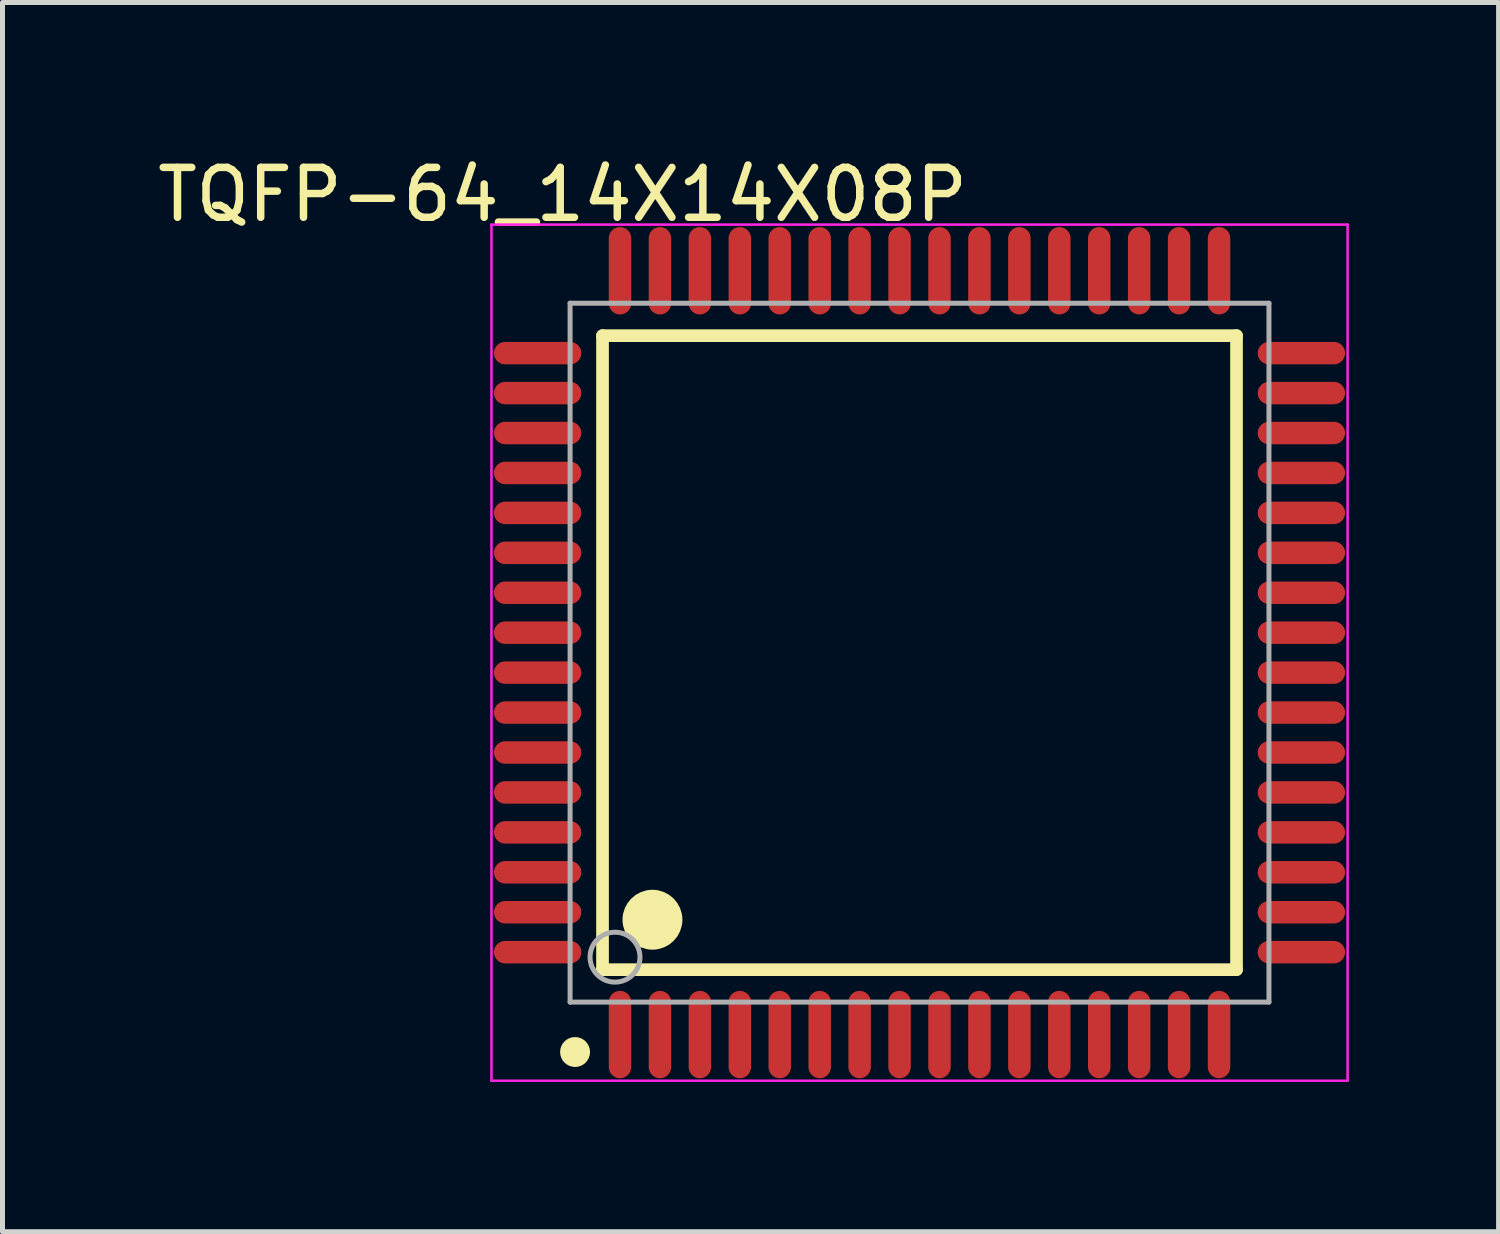
<source format=kicad_pcb>
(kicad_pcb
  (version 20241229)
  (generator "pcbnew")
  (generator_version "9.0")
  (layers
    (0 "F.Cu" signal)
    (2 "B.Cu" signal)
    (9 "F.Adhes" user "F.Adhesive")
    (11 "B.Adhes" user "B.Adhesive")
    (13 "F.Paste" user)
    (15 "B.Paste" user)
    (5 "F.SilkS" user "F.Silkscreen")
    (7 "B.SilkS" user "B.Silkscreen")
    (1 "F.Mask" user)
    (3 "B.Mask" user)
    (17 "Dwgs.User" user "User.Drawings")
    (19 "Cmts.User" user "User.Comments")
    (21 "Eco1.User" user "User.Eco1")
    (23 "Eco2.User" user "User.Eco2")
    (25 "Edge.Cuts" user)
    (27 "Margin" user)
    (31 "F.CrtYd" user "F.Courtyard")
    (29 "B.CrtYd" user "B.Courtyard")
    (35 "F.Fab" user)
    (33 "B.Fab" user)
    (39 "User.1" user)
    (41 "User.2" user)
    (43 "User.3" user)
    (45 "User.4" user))
  (footprint "TQFP-64_14X14X08P"
    (layer "F.Cu")
    (at 15.37 10.024)
    (property "Reference" "TQFP-64_14X14X08P" (at -7.15 -9.176 0) (layer "F.SilkS") (effects (font (size 1 1) (thickness 0.15))))
    (attr through_hole)
    (fp_line (start -6.35 -6.35) (end 6.35 -6.35) (stroke (width 0.254) (type solid)) (layer "F.SilkS"))
    (fp_line (start -6.35 6.35) (end -6.35 -6.35) (stroke (width 0.254) (type solid)) (layer "F.SilkS"))
    (fp_line (start -6.35 6.35) (end 6.35 6.35) (stroke (width 0.254) (type solid)) (layer "F.SilkS"))
    (fp_line (start 6.35 6.35) (end 6.35 -6.35) (stroke (width 0.254) (type solid)) (layer "F.SilkS"))
    (fp_circle (center -6.9 8) (end -6.75 8) (stroke (width 0.3) (type solid)) (fill no) (layer "F.SilkS"))
    (fp_circle (center -5.35 5.35) (end -5.05 5.35) (stroke (width 0.6) (type solid)) (fill no) (layer "F.SilkS"))
    (fp_line (start -8.575 -8.575) (end 8.575 -8.575) (stroke (width 0.05) (type solid)) (layer "F.CrtYd"))
    (fp_line (start -8.575 8.575) (end -8.575 -8.575) (stroke (width 0.05) (type solid)) (layer "F.CrtYd"))
    (fp_line (start 8.575 -8.575) (end 8.575 8.575) (stroke (width 0.05) (type solid)) (layer "F.CrtYd"))
    (fp_line (start 8.575 8.575) (end -8.575 8.575) (stroke (width 0.05) (type solid)) (layer "F.CrtYd"))
    (fp_line (start -7 -7) (end 7 -7) (stroke (width 0.1) (type solid)) (layer "F.Fab"))
    (fp_line (start -7 7) (end -7 -7) (stroke (width 0.1) (type solid)) (layer "F.Fab"))
    (fp_line (start -7 7) (end 7 7) (stroke (width 0.1) (type solid)) (layer "F.Fab"))
    (fp_line (start 7 7) (end 7 -7) (stroke (width 0.1) (type solid)) (layer "F.Fab"))
    (fp_circle (center -6.1 6.1) (end -5.6 6.1) (stroke (width 0.1) (type solid)) (fill no) (layer "F.Fab"))
    (pad "1" smd oval (at -6 7.65 180) (size 0.45 1.75) (layers "F.Cu" "F.Mask" "F.Paste"))
    (pad "2" smd oval (at -5.2 7.65 180) (size 0.45 1.75) (layers "F.Cu" "F.Mask" "F.Paste"))
    (pad "3" smd oval (at -4.4 7.65 180) (size 0.45 1.75) (layers "F.Cu" "F.Mask" "F.Paste"))
    (pad "4" smd oval (at -3.6 7.65 180) (size 0.45 1.75) (layers "F.Cu" "F.Mask" "F.Paste"))
    (pad "5" smd oval (at -2.8 7.65 180) (size 0.45 1.75) (layers "F.Cu" "F.Mask" "F.Paste"))
    (pad "6" smd oval (at -2 7.65 180) (size 0.45 1.75) (layers "F.Cu" "F.Mask" "F.Paste"))
    (pad "7" smd oval (at -1.2 7.65 180) (size 0.45 1.75) (layers "F.Cu" "F.Mask" "F.Paste"))
    (pad "8" smd oval (at -0.4 7.65 180) (size 0.45 1.75) (layers "F.Cu" "F.Mask" "F.Paste"))
    (pad "9" smd oval (at 0.4 7.65 180) (size 0.45 1.75) (layers "F.Cu" "F.Mask" "F.Paste"))
    (pad "10" smd oval (at 1.2 7.65 180) (size 0.45 1.75) (layers "F.Cu" "F.Mask" "F.Paste"))
    (pad "11" smd oval (at 2 7.65 180) (size 0.45 1.75) (layers "F.Cu" "F.Mask" "F.Paste"))
    (pad "12" smd oval (at 2.8 7.65 180) (size 0.45 1.75) (layers "F.Cu" "F.Mask" "F.Paste"))
    (pad "13" smd oval (at 3.6 7.65 180) (size 0.45 1.75) (layers "F.Cu" "F.Mask" "F.Paste"))
    (pad "14" smd oval (at 4.4 7.65 180) (size 0.45 1.75) (layers "F.Cu" "F.Mask" "F.Paste"))
    (pad "15" smd oval (at 5.2 7.65 180) (size 0.45 1.75) (layers "F.Cu" "F.Mask" "F.Paste"))
    (pad "16" smd oval (at 6 7.65 180) (size 0.45 1.75) (layers "F.Cu" "F.Mask" "F.Paste"))
    (pad "17" smd oval (at 7.65 6 90) (size 0.45 1.75) (layers "F.Cu" "F.Mask" "F.Paste"))
    (pad "18" smd oval (at 7.65 5.2 90) (size 0.45 1.75) (layers "F.Cu" "F.Mask" "F.Paste"))
    (pad "19" smd oval (at 7.65 4.4 90) (size 0.45 1.75) (layers "F.Cu" "F.Mask" "F.Paste"))
    (pad "20" smd oval (at 7.65 3.6 90) (size 0.45 1.75) (layers "F.Cu" "F.Mask" "F.Paste"))
    (pad "21" smd oval (at 7.65 2.8 90) (size 0.45 1.75) (layers "F.Cu" "F.Mask" "F.Paste"))
    (pad "22" smd oval (at 7.65 2 90) (size 0.45 1.75) (layers "F.Cu" "F.Mask" "F.Paste"))
    (pad "23" smd oval (at 7.65 1.2 90) (size 0.45 1.75) (layers "F.Cu" "F.Mask" "F.Paste"))
    (pad "24" smd oval (at 7.65 0.4 90) (size 0.45 1.75) (layers "F.Cu" "F.Mask" "F.Paste"))
    (pad "25" smd oval (at 7.65 -0.4 90) (size 0.45 1.75) (layers "F.Cu" "F.Mask" "F.Paste"))
    (pad "26" smd oval (at 7.65 -1.2 90) (size 0.45 1.75) (layers "F.Cu" "F.Mask" "F.Paste"))
    (pad "27" smd oval (at 7.65 -2 90) (size 0.45 1.75) (layers "F.Cu" "F.Mask" "F.Paste"))
    (pad "28" smd oval (at 7.65 -2.8 90) (size 0.45 1.75) (layers "F.Cu" "F.Mask" "F.Paste"))
    (pad "29" smd oval (at 7.65 -3.6 90) (size 0.45 1.75) (layers "F.Cu" "F.Mask" "F.Paste"))
    (pad "30" smd oval (at 7.65 -4.4 90) (size 0.45 1.75) (layers "F.Cu" "F.Mask" "F.Paste"))
    (pad "31" smd oval (at 7.65 -5.2 90) (size 0.45 1.75) (layers "F.Cu" "F.Mask" "F.Paste"))
    (pad "32" smd oval (at 7.65 -6 90) (size 0.45 1.75) (layers "F.Cu" "F.Mask" "F.Paste"))
    (pad "33" smd oval (at 6 -7.65 180) (size 0.45 1.75) (layers "F.Cu" "F.Mask" "F.Paste"))
    (pad "34" smd oval (at 5.2 -7.65 180) (size 0.45 1.75) (layers "F.Cu" "F.Mask" "F.Paste"))
    (pad "35" smd oval (at 4.4 -7.65 180) (size 0.45 1.75) (layers "F.Cu" "F.Mask" "F.Paste"))
    (pad "36" smd oval (at 3.6 -7.65 180) (size 0.45 1.75) (layers "F.Cu" "F.Mask" "F.Paste"))
    (pad "37" smd oval (at 2.8 -7.65 180) (size 0.45 1.75) (layers "F.Cu" "F.Mask" "F.Paste"))
    (pad "38" smd oval (at 2 -7.65 180) (size 0.45 1.75) (layers "F.Cu" "F.Mask" "F.Paste"))
    (pad "39" smd oval (at 1.2 -7.65 180) (size 0.45 1.75) (layers "F.Cu" "F.Mask" "F.Paste"))
    (pad "40" smd oval (at 0.4 -7.65 180) (size 0.45 1.75) (layers "F.Cu" "F.Mask" "F.Paste"))
    (pad "41" smd oval (at -0.4 -7.65 180) (size 0.45 1.75) (layers "F.Cu" "F.Mask" "F.Paste"))
    (pad "42" smd oval (at -1.2 -7.65 180) (size 0.45 1.75) (layers "F.Cu" "F.Mask" "F.Paste"))
    (pad "43" smd oval (at -2 -7.65 180) (size 0.45 1.75) (layers "F.Cu" "F.Mask" "F.Paste"))
    (pad "44" smd oval (at -2.8 -7.65 180) (size 0.45 1.75) (layers "F.Cu" "F.Mask" "F.Paste"))
    (pad "45" smd oval (at -3.6 -7.65 180) (size 0.45 1.75) (layers "F.Cu" "F.Mask" "F.Paste"))
    (pad "46" smd oval (at -4.4 -7.65 180) (size 0.45 1.75) (layers "F.Cu" "F.Mask" "F.Paste"))
    (pad "47" smd oval (at -5.2 -7.65 180) (size 0.45 1.75) (layers "F.Cu" "F.Mask" "F.Paste"))
    (pad "48" smd oval (at -6 -7.65 180) (size 0.45 1.75) (layers "F.Cu" "F.Mask" "F.Paste"))
    (pad "49" smd oval (at -7.65 -6 90) (size 0.45 1.75) (layers "F.Cu" "F.Mask" "F.Paste"))
    (pad "50" smd oval (at -7.65 -5.2 90) (size 0.45 1.75) (layers "F.Cu" "F.Mask" "F.Paste"))
    (pad "51" smd oval (at -7.65 -4.4 90) (size 0.45 1.75) (layers "F.Cu" "F.Mask" "F.Paste"))
    (pad "52" smd oval (at -7.65 -3.6 90) (size 0.45 1.75) (layers "F.Cu" "F.Mask" "F.Paste"))
    (pad "53" smd oval (at -7.65 -2.8 90) (size 0.45 1.75) (layers "F.Cu" "F.Mask" "F.Paste"))
    (pad "54" smd oval (at -7.65 -2 90) (size 0.45 1.75) (layers "F.Cu" "F.Mask" "F.Paste"))
    (pad "55" smd oval (at -7.65 -1.2 90) (size 0.45 1.75) (layers "F.Cu" "F.Mask" "F.Paste"))
    (pad "56" smd oval (at -7.65 -0.4 90) (size 0.45 1.75) (layers "F.Cu" "F.Mask" "F.Paste"))
    (pad "57" smd oval (at -7.65 0.4 90) (size 0.45 1.75) (layers "F.Cu" "F.Mask" "F.Paste"))
    (pad "58" smd oval (at -7.65 1.2 90) (size 0.45 1.75) (layers "F.Cu" "F.Mask" "F.Paste"))
    (pad "59" smd oval (at -7.65 2 90) (size 0.45 1.75) (layers "F.Cu" "F.Mask" "F.Paste"))
    (pad "60" smd oval (at -7.65 2.8 90) (size 0.45 1.75) (layers "F.Cu" "F.Mask" "F.Paste"))
    (pad "61" smd oval (at -7.65 3.6 90) (size 0.45 1.75) (layers "F.Cu" "F.Mask" "F.Paste"))
    (pad "62" smd oval (at -7.65 4.4 90) (size 0.45 1.75) (layers "F.Cu" "F.Mask" "F.Paste"))
    (pad "63" smd oval (at -7.65 5.2 90) (size 0.45 1.75) (layers "F.Cu" "F.Mask" "F.Paste"))
    (pad "64" smd oval (at -7.65 6 90) (size 0.45 1.75) (layers "F.Cu" "F.Mask" "F.Paste")))
  (gr_rect
    (start -3 -3)
    (end 26.97 21.624)
    (stroke (width 0.1) (type default))
    (fill no)
    (layer "Edge.Cuts")))
</source>
